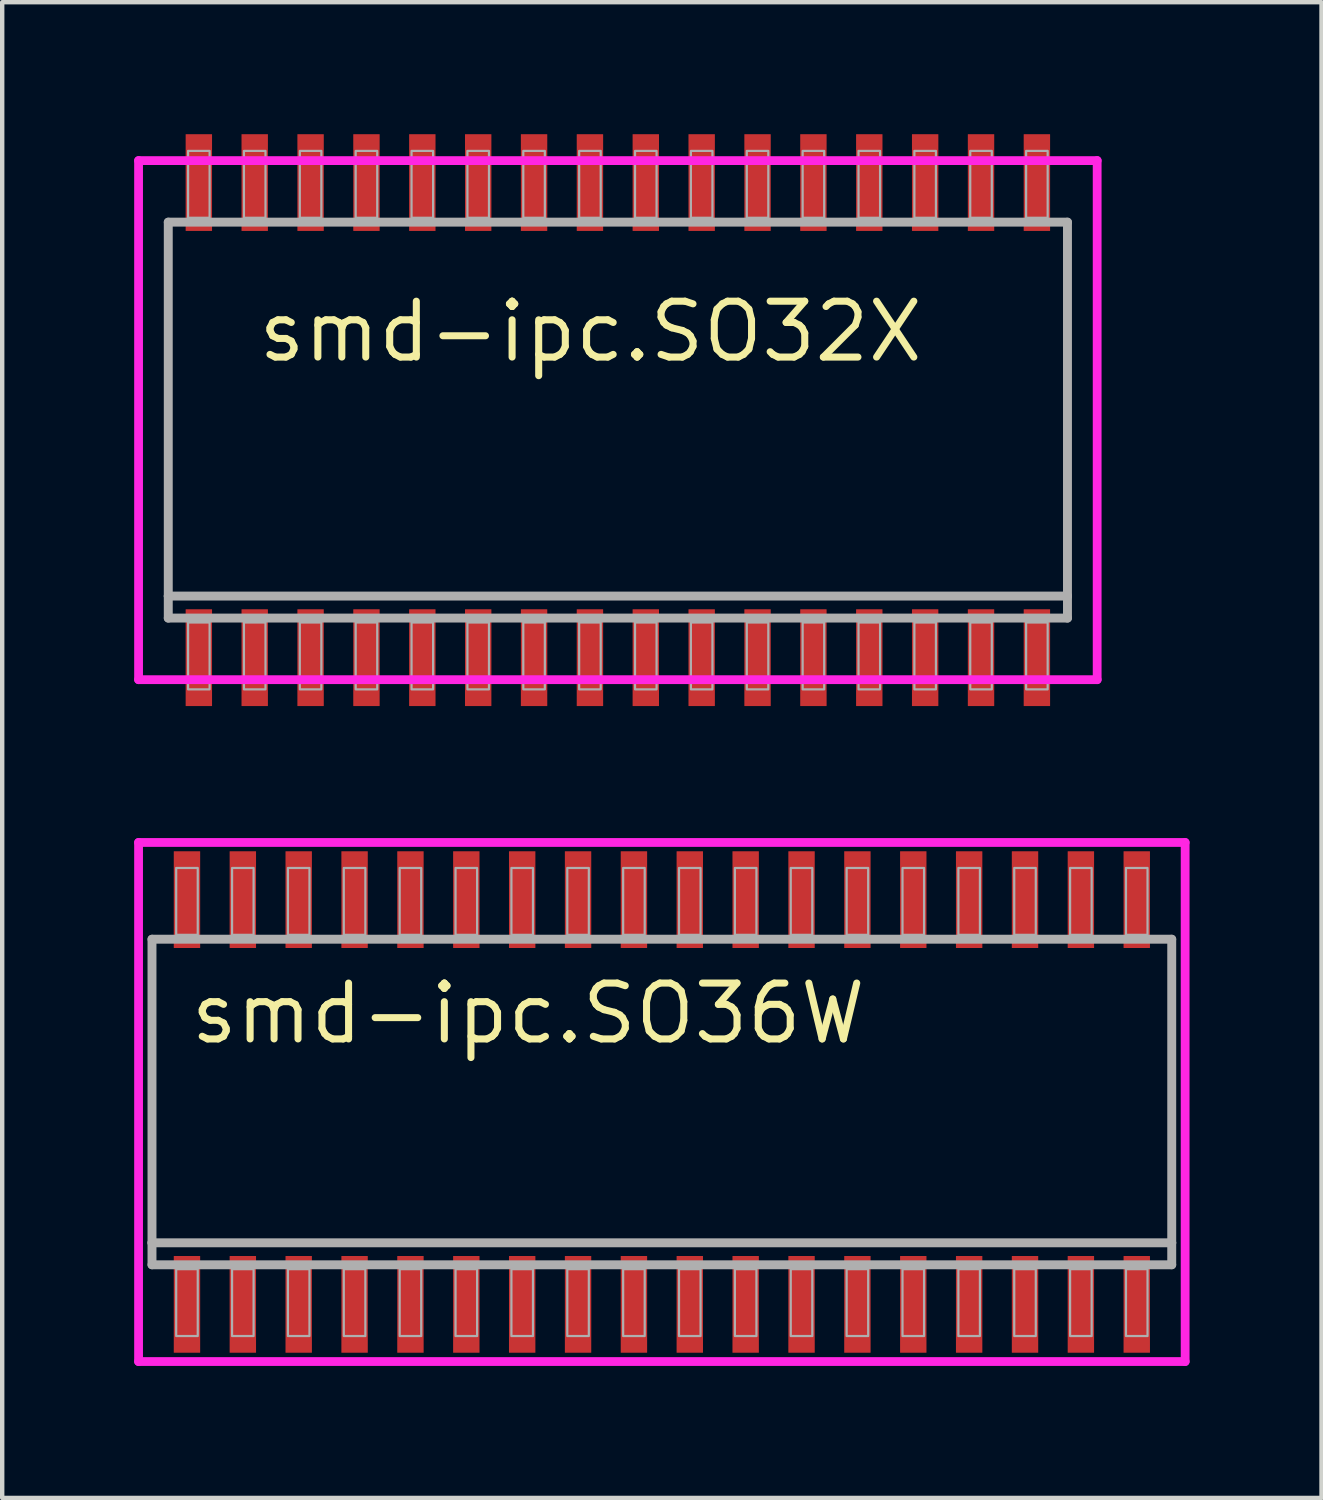
<source format=kicad_pcb>
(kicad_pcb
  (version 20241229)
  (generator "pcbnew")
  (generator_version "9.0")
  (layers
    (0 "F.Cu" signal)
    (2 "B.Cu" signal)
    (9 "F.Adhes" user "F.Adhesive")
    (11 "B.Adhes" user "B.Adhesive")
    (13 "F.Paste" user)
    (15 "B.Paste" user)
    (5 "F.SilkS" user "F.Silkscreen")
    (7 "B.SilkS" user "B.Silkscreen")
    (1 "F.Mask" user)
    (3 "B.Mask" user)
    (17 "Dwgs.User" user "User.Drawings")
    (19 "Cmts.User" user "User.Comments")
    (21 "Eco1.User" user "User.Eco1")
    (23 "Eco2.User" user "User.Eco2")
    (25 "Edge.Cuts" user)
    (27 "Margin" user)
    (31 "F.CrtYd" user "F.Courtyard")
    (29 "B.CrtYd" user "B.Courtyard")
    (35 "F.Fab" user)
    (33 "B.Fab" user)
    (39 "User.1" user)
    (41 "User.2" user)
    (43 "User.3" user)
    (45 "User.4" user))
  (footprint "smd-ipc.SO32X"
    (layer "F.Cu")
    (at 10.995 6.5)
    (property "Reference" "smd-ipc.SO32X" (at -8.255 -1.27 0) (layer "F.SilkS") (effects (font (size 1.27 1.27) (thickness 0.16)) (justify left bottom)))
    (attr smd)
    (fp_line (start -10.895 -5.9) (end 10.895 -5.9) (stroke (width 0.2) (type default)) (layer "F.CrtYd"))
    (fp_line (start -10.895 5.9) (end -10.895 -5.9) (stroke (width 0.2) (type default)) (layer "F.CrtYd"))
    (fp_line (start 10.895 -5.9) (end 10.895 5.9) (stroke (width 0.2) (type default)) (layer "F.CrtYd"))
    (fp_line (start 10.895 5.9) (end -10.895 5.9) (stroke (width 0.2) (type default)) (layer "F.CrtYd"))
    (fp_line (start -10.22 -4.5) (end 10.22 -4.5) (stroke (width 0.203) (type default)) (layer "F.Fab"))
    (fp_line (start -10.22 4) (end -10.22 -4.5) (stroke (width 0.203) (type default)) (layer "F.Fab"))
    (fp_line (start -10.22 4.5) (end -10.22 4) (stroke (width 0.203) (type default)) (layer "F.Fab"))
    (fp_line (start 10.22 -4.5) (end 10.22 4) (stroke (width 0.203) (type default)) (layer "F.Fab"))
    (fp_line (start 10.22 4) (end -10.22 4) (stroke (width 0.203) (type default)) (layer "F.Fab"))
    (fp_line (start 10.22 4) (end 10.22 4.5) (stroke (width 0.203) (type default)) (layer "F.Fab"))
    (fp_line (start 10.22 4.5) (end -10.22 4.5) (stroke (width 0.203) (type default)) (layer "F.Fab"))
    (fp_rect (start -9.77 -4.6) (end -9.28 -6.12) (stroke (width 0.05) (type default)) (fill no) (layer "F.Fab"))
    (fp_rect (start -9.77 6.12) (end -9.28 4.6) (stroke (width 0.05) (type default)) (fill no) (layer "F.Fab"))
    (fp_rect (start -8.5 -4.6) (end -8.01 -6.12) (stroke (width 0.05) (type default)) (fill no) (layer "F.Fab"))
    (fp_rect (start -8.5 6.12) (end -8.01 4.6) (stroke (width 0.05) (type default)) (fill no) (layer "F.Fab"))
    (fp_rect (start -7.23 -4.6) (end -6.74 -6.12) (stroke (width 0.05) (type default)) (fill no) (layer "F.Fab"))
    (fp_rect (start -7.23 6.12) (end -6.74 4.6) (stroke (width 0.05) (type default)) (fill no) (layer "F.Fab"))
    (fp_rect (start -5.96 -4.6) (end -5.47 -6.12) (stroke (width 0.05) (type default)) (fill no) (layer "F.Fab"))
    (fp_rect (start -5.96 6.12) (end -5.47 4.6) (stroke (width 0.05) (type default)) (fill no) (layer "F.Fab"))
    (fp_rect (start -4.69 -4.6) (end -4.2 -6.12) (stroke (width 0.05) (type default)) (fill no) (layer "F.Fab"))
    (fp_rect (start -4.69 6.12) (end -4.2 4.6) (stroke (width 0.05) (type default)) (fill no) (layer "F.Fab"))
    (fp_rect (start -3.42 -4.6) (end -2.93 -6.12) (stroke (width 0.05) (type default)) (fill no) (layer "F.Fab"))
    (fp_rect (start -3.42 6.12) (end -2.93 4.6) (stroke (width 0.05) (type default)) (fill no) (layer "F.Fab"))
    (fp_rect (start -2.15 -4.6) (end -1.66 -6.12) (stroke (width 0.05) (type default)) (fill no) (layer "F.Fab"))
    (fp_rect (start -2.15 6.12) (end -1.66 4.6) (stroke (width 0.05) (type default)) (fill no) (layer "F.Fab"))
    (fp_rect (start -0.88 -4.6) (end -0.39 -6.12) (stroke (width 0.05) (type default)) (fill no) (layer "F.Fab"))
    (fp_rect (start -0.88 6.12) (end -0.39 4.6) (stroke (width 0.05) (type default)) (fill no) (layer "F.Fab"))
    (fp_rect (start 0.39 -4.6) (end 0.88 -6.12) (stroke (width 0.05) (type default)) (fill no) (layer "F.Fab"))
    (fp_rect (start 0.39 6.12) (end 0.88 4.6) (stroke (width 0.05) (type default)) (fill no) (layer "F.Fab"))
    (fp_rect (start 1.66 -4.6) (end 2.15 -6.12) (stroke (width 0.05) (type default)) (fill no) (layer "F.Fab"))
    (fp_rect (start 1.66 6.12) (end 2.15 4.6) (stroke (width 0.05) (type default)) (fill no) (layer "F.Fab"))
    (fp_rect (start 2.93 -4.6) (end 3.42 -6.12) (stroke (width 0.05) (type default)) (fill no) (layer "F.Fab"))
    (fp_rect (start 2.93 6.12) (end 3.42 4.6) (stroke (width 0.05) (type default)) (fill no) (layer "F.Fab"))
    (fp_rect (start 4.2 -4.6) (end 4.69 -6.12) (stroke (width 0.05) (type default)) (fill no) (layer "F.Fab"))
    (fp_rect (start 4.2 6.12) (end 4.69 4.6) (stroke (width 0.05) (type default)) (fill no) (layer "F.Fab"))
    (fp_rect (start 5.47 -4.6) (end 5.96 -6.12) (stroke (width 0.05) (type default)) (fill no) (layer "F.Fab"))
    (fp_rect (start 5.47 6.12) (end 5.96 4.6) (stroke (width 0.05) (type default)) (fill no) (layer "F.Fab"))
    (fp_rect (start 6.74 -4.6) (end 7.23 -6.12) (stroke (width 0.05) (type default)) (fill no) (layer "F.Fab"))
    (fp_rect (start 6.74 6.12) (end 7.23 4.6) (stroke (width 0.05) (type default)) (fill no) (layer "F.Fab"))
    (fp_rect (start 8.01 -4.6) (end 8.5 -6.12) (stroke (width 0.05) (type default)) (fill no) (layer "F.Fab"))
    (fp_rect (start 8.01 6.12) (end 8.5 4.6) (stroke (width 0.05) (type default)) (fill no) (layer "F.Fab"))
    (fp_rect (start 9.28 -4.6) (end 9.77 -6.12) (stroke (width 0.05) (type default)) (fill no) (layer "F.Fab"))
    (fp_rect (start 9.28 6.12) (end 9.77 4.6) (stroke (width 0.05) (type default)) (fill no) (layer "F.Fab"))
    (pad "1" smd roundrect (at -9.525 5.4) (size 0.6 2.2) (layers "F.Cu" "F.Mask" "F.Paste") (roundrect_rratio 0.01))
    (pad "2" smd roundrect (at -8.255 5.4) (size 0.6 2.2) (layers "F.Cu" "F.Mask" "F.Paste") (roundrect_rratio 0.01))
    (pad "3" smd roundrect (at -6.985 5.4) (size 0.6 2.2) (layers "F.Cu" "F.Mask" "F.Paste") (roundrect_rratio 0.01))
    (pad "4" smd roundrect (at -5.715 5.4) (size 0.6 2.2) (layers "F.Cu" "F.Mask" "F.Paste") (roundrect_rratio 0.01))
    (pad "5" smd roundrect (at -4.445 5.4) (size 0.6 2.2) (layers "F.Cu" "F.Mask" "F.Paste") (roundrect_rratio 0.01))
    (pad "6" smd roundrect (at -3.175 5.4) (size 0.6 2.2) (layers "F.Cu" "F.Mask" "F.Paste") (roundrect_rratio 0.01))
    (pad "7" smd roundrect (at -1.905 5.4) (size 0.6 2.2) (layers "F.Cu" "F.Mask" "F.Paste") (roundrect_rratio 0.01))
    (pad "8" smd roundrect (at -0.635 5.4) (size 0.6 2.2) (layers "F.Cu" "F.Mask" "F.Paste") (roundrect_rratio 0.01))
    (pad "9" smd roundrect (at 0.635 5.4) (size 0.6 2.2) (layers "F.Cu" "F.Mask" "F.Paste") (roundrect_rratio 0.01))
    (pad "10" smd roundrect (at 1.905 5.4) (size 0.6 2.2) (layers "F.Cu" "F.Mask" "F.Paste") (roundrect_rratio 0.01))
    (pad "11" smd roundrect (at 3.175 5.4) (size 0.6 2.2) (layers "F.Cu" "F.Mask" "F.Paste") (roundrect_rratio 0.01))
    (pad "12" smd roundrect (at 4.445 5.4) (size 0.6 2.2) (layers "F.Cu" "F.Mask" "F.Paste") (roundrect_rratio 0.01))
    (pad "13" smd roundrect (at 5.715 5.4) (size 0.6 2.2) (layers "F.Cu" "F.Mask" "F.Paste") (roundrect_rratio 0.01))
    (pad "14" smd roundrect (at 6.985 5.4) (size 0.6 2.2) (layers "F.Cu" "F.Mask" "F.Paste") (roundrect_rratio 0.01))
    (pad "15" smd roundrect (at 8.255 5.4) (size 0.6 2.2) (layers "F.Cu" "F.Mask" "F.Paste") (roundrect_rratio 0.01))
    (pad "16" smd roundrect (at 9.525 5.4) (size 0.6 2.2) (layers "F.Cu" "F.Mask" "F.Paste") (roundrect_rratio 0.01))
    (pad "17" smd roundrect (at 9.525 -5.4) (size 0.6 2.2) (layers "F.Cu" "F.Mask" "F.Paste") (roundrect_rratio 0.01))
    (pad "18" smd roundrect (at 8.255 -5.4) (size 0.6 2.2) (layers "F.Cu" "F.Mask" "F.Paste") (roundrect_rratio 0.01))
    (pad "19" smd roundrect (at 6.985 -5.4) (size 0.6 2.2) (layers "F.Cu" "F.Mask" "F.Paste") (roundrect_rratio 0.01))
    (pad "20" smd roundrect (at 5.715 -5.4) (size 0.6 2.2) (layers "F.Cu" "F.Mask" "F.Paste") (roundrect_rratio 0.01))
    (pad "21" smd roundrect (at 4.445 -5.4) (size 0.6 2.2) (layers "F.Cu" "F.Mask" "F.Paste") (roundrect_rratio 0.01))
    (pad "22" smd roundrect (at 3.175 -5.4) (size 0.6 2.2) (layers "F.Cu" "F.Mask" "F.Paste") (roundrect_rratio 0.01))
    (pad "23" smd roundrect (at 1.905 -5.4) (size 0.6 2.2) (layers "F.Cu" "F.Mask" "F.Paste") (roundrect_rratio 0.01))
    (pad "24" smd roundrect (at 0.635 -5.4) (size 0.6 2.2) (layers "F.Cu" "F.Mask" "F.Paste") (roundrect_rratio 0.01))
    (pad "25" smd roundrect (at -0.635 -5.4) (size 0.6 2.2) (layers "F.Cu" "F.Mask" "F.Paste") (roundrect_rratio 0.01))
    (pad "26" smd roundrect (at -1.905 -5.4) (size 0.6 2.2) (layers "F.Cu" "F.Mask" "F.Paste") (roundrect_rratio 0.01))
    (pad "27" smd roundrect (at -3.175 -5.4) (size 0.6 2.2) (layers "F.Cu" "F.Mask" "F.Paste") (roundrect_rratio 0.01))
    (pad "28" smd roundrect (at -4.445 -5.4) (size 0.6 2.2) (layers "F.Cu" "F.Mask" "F.Paste") (roundrect_rratio 0.01))
    (pad "29" smd roundrect (at -5.715 -5.4) (size 0.6 2.2) (layers "F.Cu" "F.Mask" "F.Paste") (roundrect_rratio 0.01))
    (pad "30" smd roundrect (at -6.985 -5.4) (size 0.6 2.2) (layers "F.Cu" "F.Mask" "F.Paste") (roundrect_rratio 0.01))
    (pad "31" smd roundrect (at -8.255 -5.4) (size 0.6 2.2) (layers "F.Cu" "F.Mask" "F.Paste") (roundrect_rratio 0.01))
    (pad "32" smd roundrect (at -9.525 -5.4) (size 0.6 2.2) (layers "F.Cu" "F.Mask" "F.Paste") (roundrect_rratio 0.01)))
  (footprint "smd-ipc.SO36W"
    (layer "F.Cu")
    (at 11.995 22)
    (property "Reference" "smd-ipc.SO36W" (at -10.795 -1.27 0) (layer "F.SilkS") (effects (font (size 1.27 1.27) (thickness 0.16)) (justify left bottom)))
    (attr smd)
    (fp_line (start -11.895 -5.9) (end 11.895 -5.9) (stroke (width 0.2) (type default)) (layer "F.CrtYd"))
    (fp_line (start -11.895 5.9) (end -11.895 -5.9) (stroke (width 0.2) (type default)) (layer "F.CrtYd"))
    (fp_line (start 11.895 -5.9) (end 11.895 5.9) (stroke (width 0.2) (type default)) (layer "F.CrtYd"))
    (fp_line (start 11.895 5.9) (end -11.895 5.9) (stroke (width 0.2) (type default)) (layer "F.CrtYd"))
    (fp_line (start -11.59 -3.7) (end 11.59 -3.7) (stroke (width 0.203) (type default)) (layer "F.Fab"))
    (fp_line (start -11.59 3.2) (end -11.59 -3.7) (stroke (width 0.203) (type default)) (layer "F.Fab"))
    (fp_line (start -11.59 3.7) (end -11.59 3.2) (stroke (width 0.203) (type default)) (layer "F.Fab"))
    (fp_line (start 11.59 -3.7) (end 11.59 3.2) (stroke (width 0.203) (type default)) (layer "F.Fab"))
    (fp_line (start 11.59 3.2) (end -11.59 3.2) (stroke (width 0.203) (type default)) (layer "F.Fab"))
    (fp_line (start 11.59 3.2) (end 11.59 3.7) (stroke (width 0.203) (type default)) (layer "F.Fab"))
    (fp_line (start 11.59 3.7) (end -11.59 3.7) (stroke (width 0.203) (type default)) (layer "F.Fab"))
    (fp_rect (start -11.04 -3.8) (end -10.55 -5.32) (stroke (width 0.05) (type default)) (fill no) (layer "F.Fab"))
    (fp_rect (start -11.04 5.32) (end -10.55 3.8) (stroke (width 0.05) (type default)) (fill no) (layer "F.Fab"))
    (fp_rect (start -9.77 -3.8) (end -9.28 -5.32) (stroke (width 0.05) (type default)) (fill no) (layer "F.Fab"))
    (fp_rect (start -9.77 5.32) (end -9.28 3.8) (stroke (width 0.05) (type default)) (fill no) (layer "F.Fab"))
    (fp_rect (start -8.5 -3.8) (end -8.01 -5.32) (stroke (width 0.05) (type default)) (fill no) (layer "F.Fab"))
    (fp_rect (start -8.5 5.32) (end -8.01 3.8) (stroke (width 0.05) (type default)) (fill no) (layer "F.Fab"))
    (fp_rect (start -7.23 -3.8) (end -6.74 -5.32) (stroke (width 0.05) (type default)) (fill no) (layer "F.Fab"))
    (fp_rect (start -7.23 5.32) (end -6.74 3.8) (stroke (width 0.05) (type default)) (fill no) (layer "F.Fab"))
    (fp_rect (start -5.96 -3.8) (end -5.47 -5.32) (stroke (width 0.05) (type default)) (fill no) (layer "F.Fab"))
    (fp_rect (start -5.96 5.32) (end -5.47 3.8) (stroke (width 0.05) (type default)) (fill no) (layer "F.Fab"))
    (fp_rect (start -4.69 -3.8) (end -4.2 -5.32) (stroke (width 0.05) (type default)) (fill no) (layer "F.Fab"))
    (fp_rect (start -4.69 5.32) (end -4.2 3.8) (stroke (width 0.05) (type default)) (fill no) (layer "F.Fab"))
    (fp_rect (start -3.42 -3.8) (end -2.93 -5.32) (stroke (width 0.05) (type default)) (fill no) (layer "F.Fab"))
    (fp_rect (start -3.42 5.32) (end -2.93 3.8) (stroke (width 0.05) (type default)) (fill no) (layer "F.Fab"))
    (fp_rect (start -2.15 -3.8) (end -1.66 -5.32) (stroke (width 0.05) (type default)) (fill no) (layer "F.Fab"))
    (fp_rect (start -2.15 5.32) (end -1.66 3.8) (stroke (width 0.05) (type default)) (fill no) (layer "F.Fab"))
    (fp_rect (start -0.88 -3.8) (end -0.39 -5.32) (stroke (width 0.05) (type default)) (fill no) (layer "F.Fab"))
    (fp_rect (start -0.88 5.32) (end -0.39 3.8) (stroke (width 0.05) (type default)) (fill no) (layer "F.Fab"))
    (fp_rect (start 0.39 -3.8) (end 0.88 -5.32) (stroke (width 0.05) (type default)) (fill no) (layer "F.Fab"))
    (fp_rect (start 0.39 5.32) (end 0.88 3.8) (stroke (width 0.05) (type default)) (fill no) (layer "F.Fab"))
    (fp_rect (start 1.66 -3.8) (end 2.15 -5.32) (stroke (width 0.05) (type default)) (fill no) (layer "F.Fab"))
    (fp_rect (start 1.66 5.32) (end 2.15 3.8) (stroke (width 0.05) (type default)) (fill no) (layer "F.Fab"))
    (fp_rect (start 2.93 -3.8) (end 3.42 -5.32) (stroke (width 0.05) (type default)) (fill no) (layer "F.Fab"))
    (fp_rect (start 2.93 5.32) (end 3.42 3.8) (stroke (width 0.05) (type default)) (fill no) (layer "F.Fab"))
    (fp_rect (start 4.2 -3.8) (end 4.69 -5.32) (stroke (width 0.05) (type default)) (fill no) (layer "F.Fab"))
    (fp_rect (start 4.2 5.32) (end 4.69 3.8) (stroke (width 0.05) (type default)) (fill no) (layer "F.Fab"))
    (fp_rect (start 5.47 -3.8) (end 5.96 -5.32) (stroke (width 0.05) (type default)) (fill no) (layer "F.Fab"))
    (fp_rect (start 5.47 5.32) (end 5.96 3.8) (stroke (width 0.05) (type default)) (fill no) (layer "F.Fab"))
    (fp_rect (start 6.74 -3.8) (end 7.23 -5.32) (stroke (width 0.05) (type default)) (fill no) (layer "F.Fab"))
    (fp_rect (start 6.74 5.32) (end 7.23 3.8) (stroke (width 0.05) (type default)) (fill no) (layer "F.Fab"))
    (fp_rect (start 8.01 -3.8) (end 8.5 -5.32) (stroke (width 0.05) (type default)) (fill no) (layer "F.Fab"))
    (fp_rect (start 8.01 5.32) (end 8.5 3.8) (stroke (width 0.05) (type default)) (fill no) (layer "F.Fab"))
    (fp_rect (start 9.28 -3.8) (end 9.77 -5.32) (stroke (width 0.05) (type default)) (fill no) (layer "F.Fab"))
    (fp_rect (start 9.28 5.32) (end 9.77 3.8) (stroke (width 0.05) (type default)) (fill no) (layer "F.Fab"))
    (fp_rect (start 10.55 -3.8) (end 11.04 -5.32) (stroke (width 0.05) (type default)) (fill no) (layer "F.Fab"))
    (fp_rect (start 10.55 5.32) (end 11.04 3.8) (stroke (width 0.05) (type default)) (fill no) (layer "F.Fab"))
    (pad "1" smd roundrect (at -10.795 4.6) (size 0.6 2.2) (layers "F.Cu" "F.Mask" "F.Paste") (roundrect_rratio 0.01))
    (pad "2" smd roundrect (at -9.525 4.6) (size 0.6 2.2) (layers "F.Cu" "F.Mask" "F.Paste") (roundrect_rratio 0.01))
    (pad "3" smd roundrect (at -8.255 4.6) (size 0.6 2.2) (layers "F.Cu" "F.Mask" "F.Paste") (roundrect_rratio 0.01))
    (pad "4" smd roundrect (at -6.985 4.6) (size 0.6 2.2) (layers "F.Cu" "F.Mask" "F.Paste") (roundrect_rratio 0.01))
    (pad "5" smd roundrect (at -5.715 4.6) (size 0.6 2.2) (layers "F.Cu" "F.Mask" "F.Paste") (roundrect_rratio 0.01))
    (pad "6" smd roundrect (at -4.445 4.6) (size 0.6 2.2) (layers "F.Cu" "F.Mask" "F.Paste") (roundrect_rratio 0.01))
    (pad "7" smd roundrect (at -3.175 4.6) (size 0.6 2.2) (layers "F.Cu" "F.Mask" "F.Paste") (roundrect_rratio 0.01))
    (pad "8" smd roundrect (at -1.905 4.6) (size 0.6 2.2) (layers "F.Cu" "F.Mask" "F.Paste") (roundrect_rratio 0.01))
    (pad "9" smd roundrect (at -0.635 4.6) (size 0.6 2.2) (layers "F.Cu" "F.Mask" "F.Paste") (roundrect_rratio 0.01))
    (pad "10" smd roundrect (at 0.635 4.6) (size 0.6 2.2) (layers "F.Cu" "F.Mask" "F.Paste") (roundrect_rratio 0.01))
    (pad "11" smd roundrect (at 1.905 4.6) (size 0.6 2.2) (layers "F.Cu" "F.Mask" "F.Paste") (roundrect_rratio 0.01))
    (pad "12" smd roundrect (at 3.175 4.6) (size 0.6 2.2) (layers "F.Cu" "F.Mask" "F.Paste") (roundrect_rratio 0.01))
    (pad "13" smd roundrect (at 4.445 4.6) (size 0.6 2.2) (layers "F.Cu" "F.Mask" "F.Paste") (roundrect_rratio 0.01))
    (pad "14" smd roundrect (at 5.715 4.6) (size 0.6 2.2) (layers "F.Cu" "F.Mask" "F.Paste") (roundrect_rratio 0.01))
    (pad "15" smd roundrect (at 6.985 4.6) (size 0.6 2.2) (layers "F.Cu" "F.Mask" "F.Paste") (roundrect_rratio 0.01))
    (pad "16" smd roundrect (at 8.255 4.6) (size 0.6 2.2) (layers "F.Cu" "F.Mask" "F.Paste") (roundrect_rratio 0.01))
    (pad "17" smd roundrect (at 9.525 4.6) (size 0.6 2.2) (layers "F.Cu" "F.Mask" "F.Paste") (roundrect_rratio 0.01))
    (pad "18" smd roundrect (at 10.795 4.6) (size 0.6 2.2) (layers "F.Cu" "F.Mask" "F.Paste") (roundrect_rratio 0.01))
    (pad "19" smd roundrect (at 10.795 -4.6) (size 0.6 2.2) (layers "F.Cu" "F.Mask" "F.Paste") (roundrect_rratio 0.01))
    (pad "20" smd roundrect (at 9.525 -4.6) (size 0.6 2.2) (layers "F.Cu" "F.Mask" "F.Paste") (roundrect_rratio 0.01))
    (pad "21" smd roundrect (at 8.255 -4.6) (size 0.6 2.2) (layers "F.Cu" "F.Mask" "F.Paste") (roundrect_rratio 0.01))
    (pad "22" smd roundrect (at 6.985 -4.6) (size 0.6 2.2) (layers "F.Cu" "F.Mask" "F.Paste") (roundrect_rratio 0.01))
    (pad "23" smd roundrect (at 5.715 -4.6) (size 0.6 2.2) (layers "F.Cu" "F.Mask" "F.Paste") (roundrect_rratio 0.01))
    (pad "24" smd roundrect (at 4.445 -4.6) (size 0.6 2.2) (layers "F.Cu" "F.Mask" "F.Paste") (roundrect_rratio 0.01))
    (pad "25" smd roundrect (at 3.175 -4.6) (size 0.6 2.2) (layers "F.Cu" "F.Mask" "F.Paste") (roundrect_rratio 0.01))
    (pad "26" smd roundrect (at 1.905 -4.6) (size 0.6 2.2) (layers "F.Cu" "F.Mask" "F.Paste") (roundrect_rratio 0.01))
    (pad "27" smd roundrect (at 0.635 -4.6) (size 0.6 2.2) (layers "F.Cu" "F.Mask" "F.Paste") (roundrect_rratio 0.01))
    (pad "28" smd roundrect (at -0.635 -4.6) (size 0.6 2.2) (layers "F.Cu" "F.Mask" "F.Paste") (roundrect_rratio 0.01))
    (pad "29" smd roundrect (at -1.905 -4.6) (size 0.6 2.2) (layers "F.Cu" "F.Mask" "F.Paste") (roundrect_rratio 0.01))
    (pad "30" smd roundrect (at -3.175 -4.6) (size 0.6 2.2) (layers "F.Cu" "F.Mask" "F.Paste") (roundrect_rratio 0.01))
    (pad "31" smd roundrect (at -4.445 -4.6) (size 0.6 2.2) (layers "F.Cu" "F.Mask" "F.Paste") (roundrect_rratio 0.01))
    (pad "32" smd roundrect (at -5.715 -4.6) (size 0.6 2.2) (layers "F.Cu" "F.Mask" "F.Paste") (roundrect_rratio 0.01))
    (pad "33" smd roundrect (at -6.985 -4.6) (size 0.6 2.2) (layers "F.Cu" "F.Mask" "F.Paste") (roundrect_rratio 0.01))
    (pad "34" smd roundrect (at -8.255 -4.6) (size 0.6 2.2) (layers "F.Cu" "F.Mask" "F.Paste") (roundrect_rratio 0.01))
    (pad "35" smd roundrect (at -9.525 -4.6) (size 0.6 2.2) (layers "F.Cu" "F.Mask" "F.Paste") (roundrect_rratio 0.01))
    (pad "36" smd roundrect (at -10.795 -4.6) (size 0.6 2.2) (layers "F.Cu" "F.Mask" "F.Paste") (roundrect_rratio 0.01)))
  (gr_rect
    (start -3 -3)
    (end 26.99 31)
    (stroke (width 0.1) (type default))
    (fill no)
    (layer "Edge.Cuts")))
</source>
